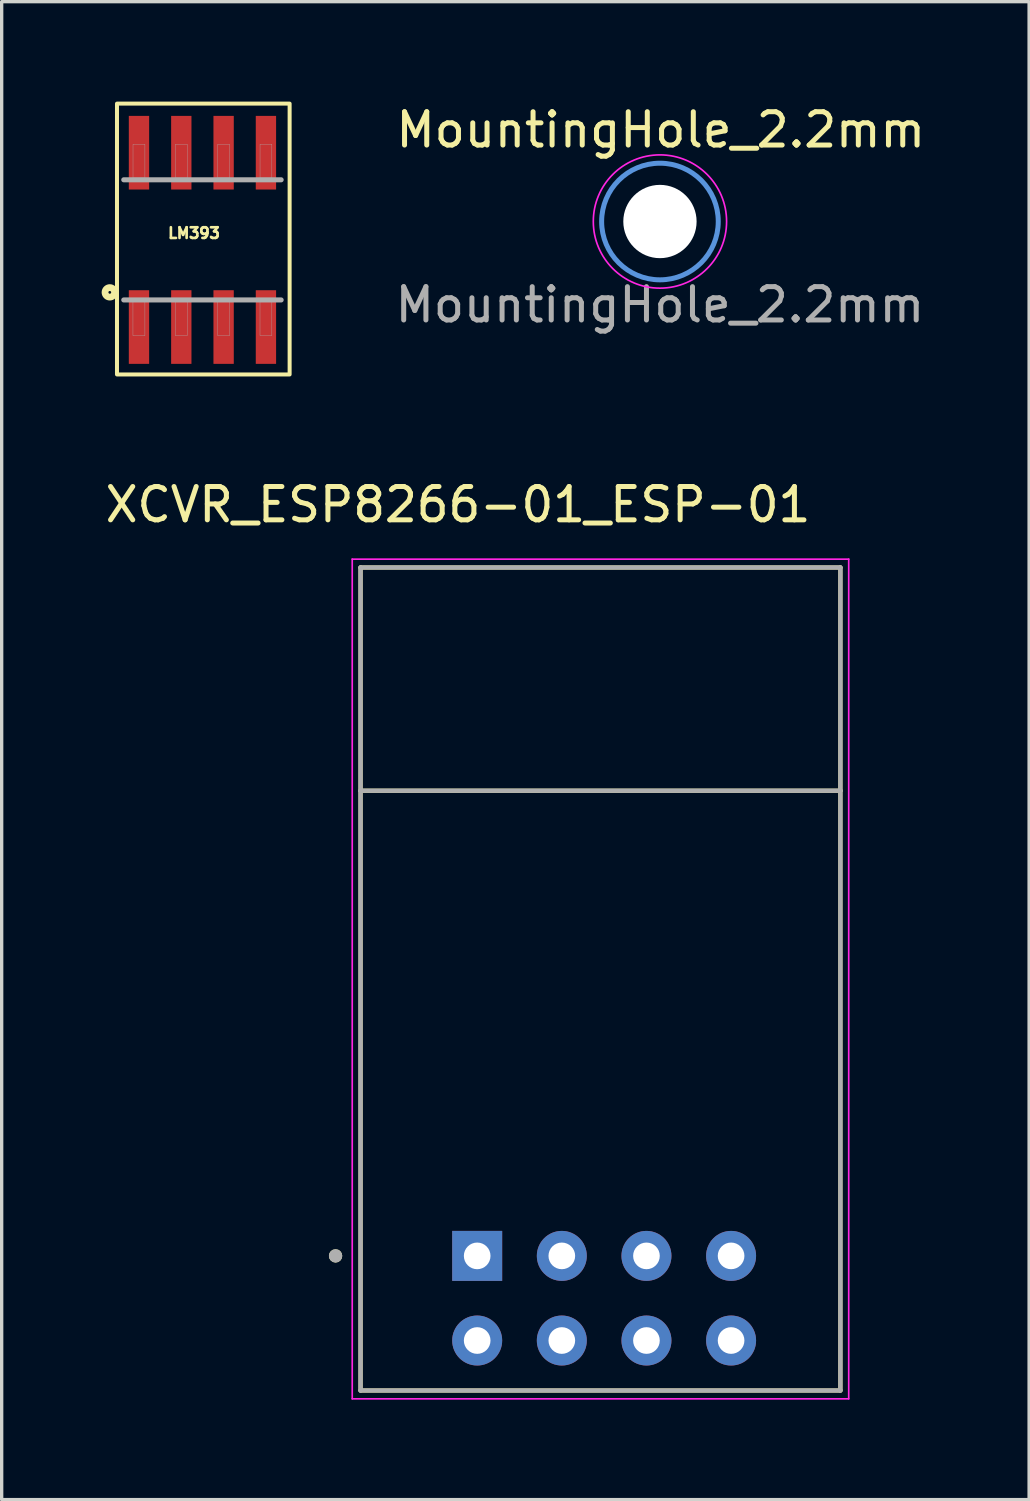
<source format=kicad_pcb>
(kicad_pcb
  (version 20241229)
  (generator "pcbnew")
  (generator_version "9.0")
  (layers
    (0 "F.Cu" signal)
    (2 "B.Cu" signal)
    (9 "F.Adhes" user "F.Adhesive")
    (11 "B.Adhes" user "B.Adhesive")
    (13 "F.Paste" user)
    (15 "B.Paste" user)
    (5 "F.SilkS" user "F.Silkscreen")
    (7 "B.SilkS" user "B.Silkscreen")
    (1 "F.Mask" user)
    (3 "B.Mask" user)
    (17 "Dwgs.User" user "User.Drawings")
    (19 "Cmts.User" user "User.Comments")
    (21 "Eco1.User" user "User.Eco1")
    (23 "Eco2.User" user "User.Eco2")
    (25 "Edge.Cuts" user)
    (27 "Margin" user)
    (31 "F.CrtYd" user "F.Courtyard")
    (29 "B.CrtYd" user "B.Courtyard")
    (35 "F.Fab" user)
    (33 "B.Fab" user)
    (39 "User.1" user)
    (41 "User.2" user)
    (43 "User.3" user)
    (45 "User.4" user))
  (footprint "MountingHole_2.2mm"
    (layer "F.Cu")
    (at 16.756 3.598)
    (property "Reference" "MountingHole_2.2mm" (at 0.025 -2.75 0) (unlocked yes) (layer "F.SilkS") (effects (font (size 1 1) (thickness 0.15))))
    (attr through_hole)
    (fp_circle (center 0 0) (end 1.75 0) (stroke (width 0.15) (type solid)) (fill no) (layer "Cmts.User"))
    (fp_circle (center 0 0) (end 2 0) (stroke (width 0.05) (type solid)) (fill no) (layer "F.CrtYd"))
    (fp_text user "${REFERENCE}" (at 0 2.5 0) (unlocked yes) (layer "F.Fab") (effects (font (size 1 1) (thickness 0.15))))
    (pad "" np_thru_hole circle (at 0 0) (size 2.2 2.2) (drill 2.2) (layers "*.Cu" "*.Mask"))
    (zone (net_name "") (layer "F.Cu") (hatch edge 0.508) (connect_pads) (min_thickness 0.254) (filled_areas_thickness no) (keepout (tracks allowed) (vias allowed) (pads allowed) (copperpour not_allowed) (footprints allowed)) (placement (enabled no)) (fill) (polygon (pts (xy 17.269 1.673) (xy 17.701 1.825) (xy 18.031 2.054) (xy 18.387 2.435) (xy 18.59 2.79) (xy 18.692 3.07) (xy 18.742 3.324) (xy 18.768 3.603) (xy 18.742 3.883) (xy 18.692 4.162) (xy 18.59 4.416) (xy 18.463 4.67) (xy 18.311 4.873) (xy 18.158 5.026) (xy 17.93 5.229) (xy 17.625 5.407) (xy 17.371 5.508) (xy 17.142 5.559) (xy 16.939 5.584) (xy 16.761 5.61) (xy 16.456 5.584) (xy 16.05 5.483) (xy 15.771 5.33) (xy 15.517 5.153) (xy 15.263 4.924) (xy 15.085 4.67) (xy 14.932 4.416) (xy 14.856 4.213) (xy 14.78 3.883) (xy 14.755 3.603) (xy 14.78 3.324) (xy 14.831 3.044) (xy 14.983 2.689) (xy 15.237 2.308) (xy 15.491 2.054) (xy 15.745 1.876) (xy 16.075 1.724) (xy 16.456 1.622) (xy 16.761 1.597))))
    (zone (net_name "") (layer "B.Cu") (hatch edge 0.508) (connect_pads) (min_thickness 0.254) (filled_areas_thickness no) (keepout (tracks allowed) (vias allowed) (pads allowed) (copperpour not_allowed) (footprints allowed)) (placement (enabled no)) (fill) (polygon (pts (xy 17.269 1.673) (xy 17.701 1.825) (xy 18.031 2.054) (xy 18.387 2.435) (xy 18.59 2.79) (xy 18.692 3.07) (xy 18.742 3.324) (xy 18.768 3.603) (xy 18.742 3.883) (xy 18.692 4.162) (xy 18.59 4.416) (xy 18.463 4.67) (xy 18.311 4.873) (xy 18.158 5.026) (xy 17.93 5.229) (xy 17.625 5.407) (xy 17.371 5.508) (xy 17.142 5.559) (xy 16.939 5.584) (xy 16.761 5.61) (xy 16.456 5.584) (xy 16.05 5.483) (xy 15.771 5.33) (xy 15.517 5.153) (xy 15.263 4.924) (xy 15.085 4.67) (xy 14.932 4.416) (xy 14.856 4.213) (xy 14.78 3.883) (xy 14.755 3.603) (xy 14.78 3.324) (xy 14.831 3.044) (xy 14.983 2.689) (xy 15.237 2.308) (xy 15.491 2.054) (xy 15.745 1.876) (xy 16.075 1.724) (xy 16.456 1.622) (xy 16.761 1.597)))))
  (footprint "LM393"
    (layer "F.Cu")
    (at 3.026 4.149)
    (property "Reference" "LM393" (at -0.254 -0.203 0) (layer "F.SilkS") (effects (font (size 0.32 0.32) (thickness 0.15))))
    (attr smd)
    (fp_rect (start -2.565 4.039) (end 2.616 -4.089) (stroke (width 0.12) (type solid)) (fill no) (layer "F.SilkS"))
    (fp_circle (center -2.781 1.575) (end -2.638 1.575) (stroke (width 0.203) (type solid)) (fill no) (layer "F.SilkS"))
    (fp_line (start -2.362 1.803) (end 2.362 1.803) (stroke (width 0.152) (type solid)) (layer "F.Fab"))
    (fp_line (start 2.362 -1.803) (end -2.362 -1.803) (stroke (width 0.152) (type solid)) (layer "F.Fab"))
    (fp_poly (pts (xy -2.086 1.854) (xy -1.727 1.854) (xy -1.727 2.874) (xy -2.086 2.874)) (stroke (width 0.01) (type solid)) (fill no) (layer "F.Fab"))
    (fp_poly (pts (xy -2.084 -2.87) (xy -1.727 -2.87) (xy -1.727 -1.855) (xy -2.084 -1.855)) (stroke (width 0.01) (type solid)) (fill no) (layer "F.Fab"))
    (fp_poly (pts (xy -0.814 1.854) (xy -0.457 1.854) (xy -0.457 2.874) (xy -0.814 2.874)) (stroke (width 0.01) (type solid)) (fill no) (layer "F.Fab"))
    (fp_poly (pts (xy -0.813 -2.87) (xy -0.457 -2.87) (xy -0.457 -1.855) (xy -0.813 -1.855)) (stroke (width 0.01) (type solid)) (fill no) (layer "F.Fab"))
    (fp_poly (pts (xy 0.458 -2.87) (xy 0.813 -2.87) (xy 0.813 -1.857) (xy 0.458 -1.857)) (stroke (width 0.01) (type solid)) (fill no) (layer "F.Fab"))
    (fp_poly (pts (xy 0.458 1.854) (xy 0.813 1.854) (xy 0.813 2.875) (xy 0.458 2.875)) (stroke (width 0.01) (type solid)) (fill no) (layer "F.Fab"))
    (fp_poly (pts (xy 1.727 1.854) (xy 2.083 1.854) (xy 2.083 2.87) (xy 1.727 2.87)) (stroke (width 0.01) (type solid)) (fill no) (layer "F.Fab"))
    (fp_poly (pts (xy 1.728 -2.87) (xy 2.083 -2.87) (xy 2.083 -1.855) (xy 1.728 -1.855)) (stroke (width 0.01) (type solid)) (fill no) (layer "F.Fab"))
    (pad "1" smd rect (at -1.905 2.616) (size 0.61 2.21) (layers "F.Cu" "F.Mask" "F.Paste"))
    (pad "2" smd rect (at -0.635 2.616) (size 0.61 2.21) (layers "F.Cu" "F.Mask" "F.Paste"))
    (pad "3" smd rect (at 0.635 2.616) (size 0.61 2.21) (layers "F.Cu" "F.Mask" "F.Paste"))
    (pad "4" smd rect (at 1.905 2.616) (size 0.61 2.21) (layers "F.Cu" "F.Mask" "F.Paste"))
    (pad "5" smd rect (at 1.905 -2.616) (size 0.61 2.21) (layers "F.Cu" "F.Mask" "F.Paste"))
    (pad "6" smd rect (at 0.635 -2.616) (size 0.61 2.21) (layers "F.Cu" "F.Mask" "F.Paste"))
    (pad "7" smd rect (at -0.635 -2.616) (size 0.61 2.21) (layers "F.Cu" "F.Mask" "F.Paste"))
    (pad "8" smd rect (at -1.905 -2.616) (size 0.61 2.21) (layers "F.Cu" "F.Mask" "F.Paste")))
  (footprint "XCVR_ESP8266-01_ESP-01"
    (layer "F.Cu")
    (at 15.081 26.331)
    (property "Reference" "XCVR_ESP8266-01_ESP-01" (at -4.385 -14.235 0) (layer "F.SilkS") (effects (font (size 1 1) (thickness 0.15))))
    (attr through_hole)
    (fp_line (start -7.31 -12.35) (end 7.09 -12.35) (stroke (width 0.127) (type solid)) (layer "F.SilkS"))
    (fp_line (start -7.31 -5.65) (end -7.31 -12.35) (stroke (width 0.127) (type solid)) (layer "F.SilkS"))
    (fp_line (start -7.31 12.35) (end -7.31 -5.65) (stroke (width 0.127) (type solid)) (layer "F.SilkS"))
    (fp_line (start 7.09 -12.35) (end 7.09 -5.65) (stroke (width 0.127) (type solid)) (layer "F.SilkS"))
    (fp_line (start 7.09 -5.65) (end -7.31 -5.65) (stroke (width 0.127) (type solid)) (layer "F.SilkS"))
    (fp_line (start 7.09 -5.65) (end 7.09 12.35) (stroke (width 0.127) (type solid)) (layer "F.SilkS"))
    (fp_line (start 7.09 12.35) (end -7.31 12.35) (stroke (width 0.127) (type solid)) (layer "F.SilkS"))
    (fp_circle (center -8.06 8.31) (end -7.96 8.31) (stroke (width 0.2) (type solid)) (fill no) (layer "F.SilkS"))
    (fp_line (start -7.56 -12.6) (end -7.56 12.6) (stroke (width 0.05) (type solid)) (layer "F.CrtYd"))
    (fp_line (start -7.56 12.6) (end 7.34 12.6) (stroke (width 0.05) (type solid)) (layer "F.CrtYd"))
    (fp_line (start 7.34 -12.6) (end -7.56 -12.6) (stroke (width 0.05) (type solid)) (layer "F.CrtYd"))
    (fp_line (start 7.34 12.6) (end 7.34 -12.6) (stroke (width 0.05) (type solid)) (layer "F.CrtYd"))
    (fp_line (start -7.31 -12.35) (end 7.09 -12.35) (stroke (width 0.127) (type solid)) (layer "F.Fab"))
    (fp_line (start -7.31 -5.65) (end -7.31 -12.35) (stroke (width 0.127) (type solid)) (layer "F.Fab"))
    (fp_line (start -7.31 12.35) (end -7.31 -5.65) (stroke (width 0.127) (type solid)) (layer "F.Fab"))
    (fp_line (start 7.09 -12.35) (end 7.09 -5.65) (stroke (width 0.127) (type solid)) (layer "F.Fab"))
    (fp_line (start 7.09 -5.65) (end -7.31 -5.65) (stroke (width 0.127) (type solid)) (layer "F.Fab"))
    (fp_line (start 7.09 -5.65) (end 7.09 12.35) (stroke (width 0.127) (type solid)) (layer "F.Fab"))
    (fp_line (start 7.09 12.35) (end -7.31 12.35) (stroke (width 0.127) (type solid)) (layer "F.Fab"))
    (fp_circle (center -8.06 8.31) (end -7.96 8.31) (stroke (width 0.2) (type solid)) (fill no) (layer "F.Fab"))
    (pad "1" thru_hole rect (at -3.81 8.31) (size 1.5 1.5) (drill 0.8) (layers "*.Cu" "*.Mask"))
    (pad "2" thru_hole circle (at -3.81 10.85) (size 1.5 1.5) (drill 0.8) (layers "*.Cu" "*.Mask"))
    (pad "3" thru_hole circle (at -1.27 8.31) (size 1.5 1.5) (drill 0.8) (layers "*.Cu" "*.Mask"))
    (pad "4" thru_hole circle (at -1.27 10.85) (size 1.5 1.5) (drill 0.8) (layers "*.Cu" "*.Mask"))
    (pad "5" thru_hole circle (at 1.27 8.31) (size 1.5 1.5) (drill 0.8) (layers "*.Cu" "*.Mask"))
    (pad "6" thru_hole circle (at 1.27 10.85) (size 1.5 1.5) (drill 0.8) (layers "*.Cu" "*.Mask"))
    (pad "7" thru_hole circle (at 3.81 8.31) (size 1.5 1.5) (drill 0.8) (layers "*.Cu" "*.Mask"))
    (pad "8" thru_hole circle (at 3.81 10.85) (size 1.5 1.5) (drill 0.8) (layers "*.Cu" "*.Mask"))
    (zone (net_name "") (layer "F.Cu") (hatch full 0.508) (connect_pads) (min_thickness 0.01) (filled_areas_thickness no) (keepout (tracks not_allowed) (vias not_allowed) (pads not_allowed) (copperpour not_allowed) (footprints allowed)) (placement (enabled no)) (fill) (polygon (pts (xy 7.771 13.981) (xy 22.171 13.981) (xy 22.171 20.681) (xy 7.771 20.681))))
    (zone (net_name "") (layers "F.Cu" "B.Cu") (hatch full 0.508) (connect_pads) (min_thickness 0.01) (filled_areas_thickness no) (keepout (tracks allowed) (vias not_allowed) (pads allowed) (copperpour allowed) (footprints allowed)) (placement (enabled no)) (fill) (polygon (pts (xy 7.771 13.981) (xy 22.171 13.981) (xy 22.171 20.681) (xy 7.771 20.681)))))
  (gr_rect
    (start -3 -3)
    (end 27.835 41.956)
    (stroke (width 0.1) (type default))
    (fill no)
    (layer "Edge.Cuts")))
</source>
